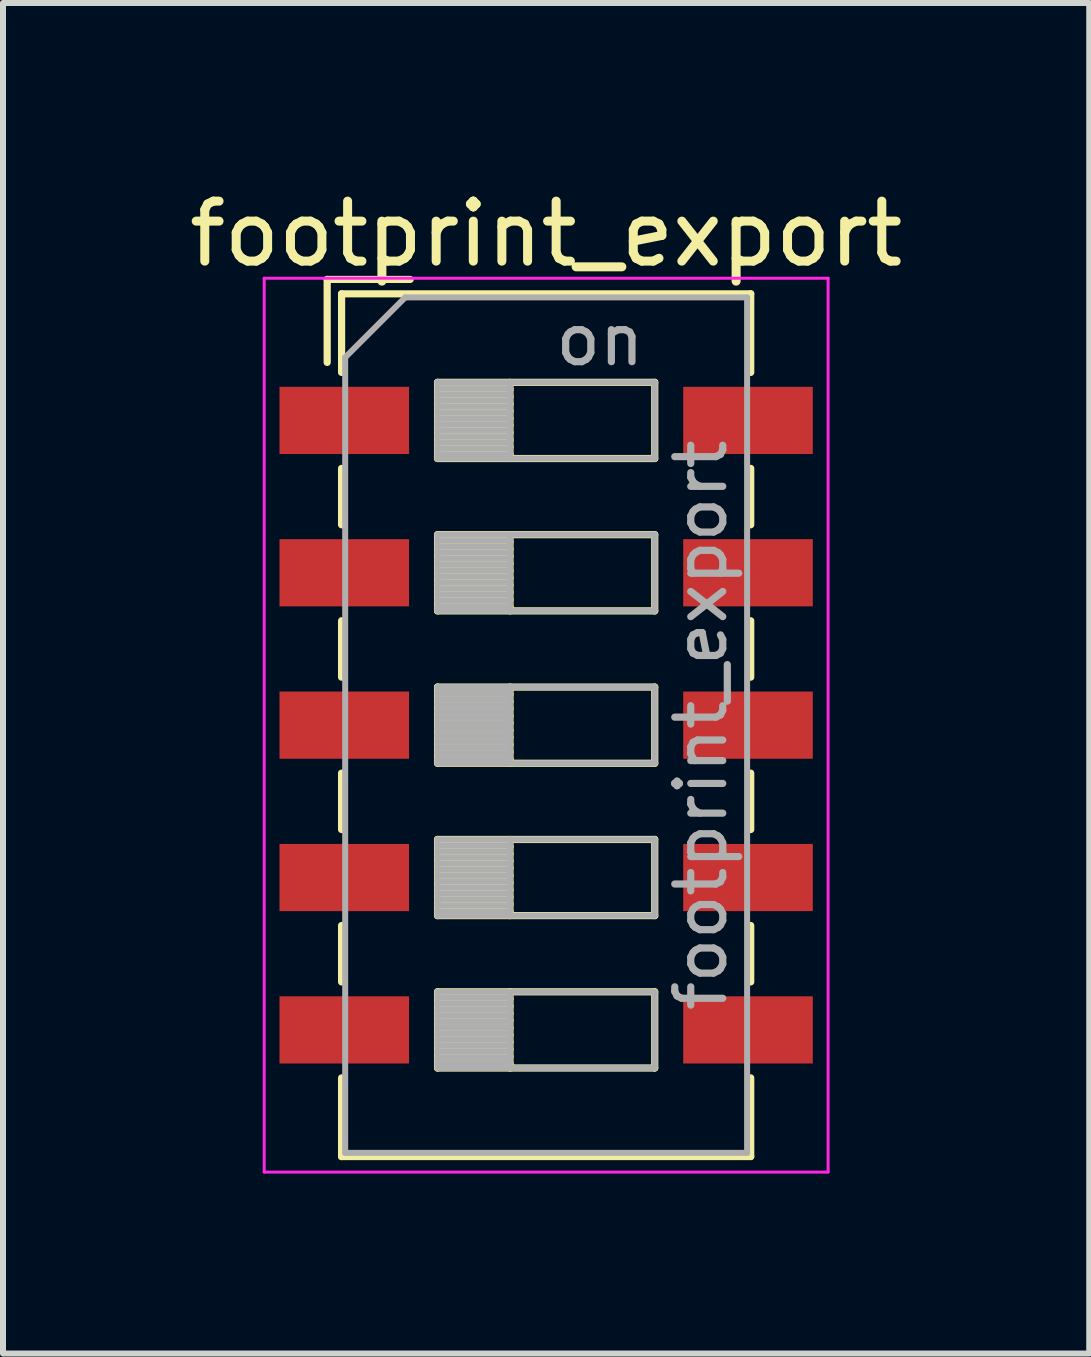
<source format=kicad_pcb>
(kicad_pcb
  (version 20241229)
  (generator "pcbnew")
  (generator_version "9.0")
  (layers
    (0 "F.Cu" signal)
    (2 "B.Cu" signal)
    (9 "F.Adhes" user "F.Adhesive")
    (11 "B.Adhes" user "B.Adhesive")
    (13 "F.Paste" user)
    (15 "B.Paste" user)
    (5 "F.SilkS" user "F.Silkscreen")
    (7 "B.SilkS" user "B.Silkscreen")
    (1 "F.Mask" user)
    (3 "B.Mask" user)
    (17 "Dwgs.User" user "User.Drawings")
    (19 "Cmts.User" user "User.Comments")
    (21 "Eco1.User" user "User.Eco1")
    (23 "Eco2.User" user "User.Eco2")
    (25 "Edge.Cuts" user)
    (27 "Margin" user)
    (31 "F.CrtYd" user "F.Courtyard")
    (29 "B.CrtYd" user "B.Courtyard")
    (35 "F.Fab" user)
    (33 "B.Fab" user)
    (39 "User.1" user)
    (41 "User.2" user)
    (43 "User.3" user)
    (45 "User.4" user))
  (footprint "footprint_export"
    (layer "F.Cu")
    (at 6.054 9.038)
    (property "Reference" "footprint_export" (at 0 -8.19 0) (layer "F.SilkS") (effects (font (size 1 1) (thickness 0.15))))
    (attr smd)
    (fp_line (start -3.65 -7.43) (end -3.65 -6.047) (stroke (width 0.12) (type solid)) (layer "F.SilkS"))
    (fp_line (start -3.65 -7.43) (end -2.267 -7.43) (stroke (width 0.12) (type solid)) (layer "F.SilkS"))
    (fp_line (start -3.41 -7.19) (end -3.41 -5.88) (stroke (width 0.12) (type solid)) (layer "F.SilkS"))
    (fp_line (start -3.41 -7.19) (end 3.41 -7.19) (stroke (width 0.12) (type solid)) (layer "F.SilkS"))
    (fp_line (start -3.41 -4.28) (end -3.41 -3.34) (stroke (width 0.12) (type solid)) (layer "F.SilkS"))
    (fp_line (start -3.41 -1.74) (end -3.41 -0.8) (stroke (width 0.12) (type solid)) (layer "F.SilkS"))
    (fp_line (start -3.41 0.8) (end -3.41 1.74) (stroke (width 0.12) (type solid)) (layer "F.SilkS"))
    (fp_line (start -3.41 3.34) (end -3.41 4.28) (stroke (width 0.12) (type solid)) (layer "F.SilkS"))
    (fp_line (start -3.41 5.88) (end -3.41 7.191) (stroke (width 0.12) (type solid)) (layer "F.SilkS"))
    (fp_line (start -3.41 7.191) (end 3.41 7.191) (stroke (width 0.12) (type solid)) (layer "F.SilkS"))
    (fp_line (start -1.81 -5.715) (end -1.81 -4.445) (stroke (width 0.12) (type solid)) (layer "F.SilkS"))
    (fp_line (start -1.81 -5.595) (end -0.603 -5.595) (stroke (width 0.12) (type solid)) (layer "F.SilkS"))
    (fp_line (start -1.81 -5.475) (end -0.603 -5.475) (stroke (width 0.12) (type solid)) (layer "F.SilkS"))
    (fp_line (start -1.81 -5.355) (end -0.603 -5.355) (stroke (width 0.12) (type solid)) (layer "F.SilkS"))
    (fp_line (start -1.81 -5.235) (end -0.603 -5.235) (stroke (width 0.12) (type solid)) (layer "F.SilkS"))
    (fp_line (start -1.81 -5.115) (end -0.603 -5.115) (stroke (width 0.12) (type solid)) (layer "F.SilkS"))
    (fp_line (start -1.81 -4.995) (end -0.603 -4.995) (stroke (width 0.12) (type solid)) (layer "F.SilkS"))
    (fp_line (start -1.81 -4.875) (end -0.603 -4.875) (stroke (width 0.12) (type solid)) (layer "F.SilkS"))
    (fp_line (start -1.81 -4.755) (end -0.603 -4.755) (stroke (width 0.12) (type solid)) (layer "F.SilkS"))
    (fp_line (start -1.81 -4.635) (end -0.603 -4.635) (stroke (width 0.12) (type solid)) (layer "F.SilkS"))
    (fp_line (start -1.81 -4.515) (end -0.603 -4.515) (stroke (width 0.12) (type solid)) (layer "F.SilkS"))
    (fp_line (start -1.81 -4.445) (end 1.81 -4.445) (stroke (width 0.12) (type solid)) (layer "F.SilkS"))
    (fp_line (start -1.81 -3.175) (end -1.81 -1.905) (stroke (width 0.12) (type solid)) (layer "F.SilkS"))
    (fp_line (start -1.81 -3.055) (end -0.603 -3.055) (stroke (width 0.12) (type solid)) (layer "F.SilkS"))
    (fp_line (start -1.81 -2.935) (end -0.603 -2.935) (stroke (width 0.12) (type solid)) (layer "F.SilkS"))
    (fp_line (start -1.81 -2.815) (end -0.603 -2.815) (stroke (width 0.12) (type solid)) (layer "F.SilkS"))
    (fp_line (start -1.81 -2.695) (end -0.603 -2.695) (stroke (width 0.12) (type solid)) (layer "F.SilkS"))
    (fp_line (start -1.81 -2.575) (end -0.603 -2.575) (stroke (width 0.12) (type solid)) (layer "F.SilkS"))
    (fp_line (start -1.81 -2.455) (end -0.603 -2.455) (stroke (width 0.12) (type solid)) (layer "F.SilkS"))
    (fp_line (start -1.81 -2.335) (end -0.603 -2.335) (stroke (width 0.12) (type solid)) (layer "F.SilkS"))
    (fp_line (start -1.81 -2.215) (end -0.603 -2.215) (stroke (width 0.12) (type solid)) (layer "F.SilkS"))
    (fp_line (start -1.81 -2.095) (end -0.603 -2.095) (stroke (width 0.12) (type solid)) (layer "F.SilkS"))
    (fp_line (start -1.81 -1.975) (end -0.603 -1.975) (stroke (width 0.12) (type solid)) (layer "F.SilkS"))
    (fp_line (start -1.81 -1.905) (end 1.81 -1.905) (stroke (width 0.12) (type solid)) (layer "F.SilkS"))
    (fp_line (start -1.81 -0.635) (end -1.81 0.635) (stroke (width 0.12) (type solid)) (layer "F.SilkS"))
    (fp_line (start -1.81 -0.515) (end -0.603 -0.515) (stroke (width 0.12) (type solid)) (layer "F.SilkS"))
    (fp_line (start -1.81 -0.395) (end -0.603 -0.395) (stroke (width 0.12) (type solid)) (layer "F.SilkS"))
    (fp_line (start -1.81 -0.275) (end -0.603 -0.275) (stroke (width 0.12) (type solid)) (layer "F.SilkS"))
    (fp_line (start -1.81 -0.155) (end -0.603 -0.155) (stroke (width 0.12) (type solid)) (layer "F.SilkS"))
    (fp_line (start -1.81 -0.035) (end -0.603 -0.035) (stroke (width 0.12) (type solid)) (layer "F.SilkS"))
    (fp_line (start -1.81 0.085) (end -0.603 0.085) (stroke (width 0.12) (type solid)) (layer "F.SilkS"))
    (fp_line (start -1.81 0.205) (end -0.603 0.205) (stroke (width 0.12) (type solid)) (layer "F.SilkS"))
    (fp_line (start -1.81 0.325) (end -0.603 0.325) (stroke (width 0.12) (type solid)) (layer "F.SilkS"))
    (fp_line (start -1.81 0.445) (end -0.603 0.445) (stroke (width 0.12) (type solid)) (layer "F.SilkS"))
    (fp_line (start -1.81 0.565) (end -0.603 0.565) (stroke (width 0.12) (type solid)) (layer "F.SilkS"))
    (fp_line (start -1.81 0.635) (end 1.81 0.635) (stroke (width 0.12) (type solid)) (layer "F.SilkS"))
    (fp_line (start -1.81 1.905) (end -1.81 3.175) (stroke (width 0.12) (type solid)) (layer "F.SilkS"))
    (fp_line (start -1.81 2.025) (end -0.603 2.025) (stroke (width 0.12) (type solid)) (layer "F.SilkS"))
    (fp_line (start -1.81 2.145) (end -0.603 2.145) (stroke (width 0.12) (type solid)) (layer "F.SilkS"))
    (fp_line (start -1.81 2.265) (end -0.603 2.265) (stroke (width 0.12) (type solid)) (layer "F.SilkS"))
    (fp_line (start -1.81 2.385) (end -0.603 2.385) (stroke (width 0.12) (type solid)) (layer "F.SilkS"))
    (fp_line (start -1.81 2.505) (end -0.603 2.505) (stroke (width 0.12) (type solid)) (layer "F.SilkS"))
    (fp_line (start -1.81 2.625) (end -0.603 2.625) (stroke (width 0.12) (type solid)) (layer "F.SilkS"))
    (fp_line (start -1.81 2.745) (end -0.603 2.745) (stroke (width 0.12) (type solid)) (layer "F.SilkS"))
    (fp_line (start -1.81 2.865) (end -0.603 2.865) (stroke (width 0.12) (type solid)) (layer "F.SilkS"))
    (fp_line (start -1.81 2.985) (end -0.603 2.985) (stroke (width 0.12) (type solid)) (layer "F.SilkS"))
    (fp_line (start -1.81 3.105) (end -0.603 3.105) (stroke (width 0.12) (type solid)) (layer "F.SilkS"))
    (fp_line (start -1.81 3.175) (end 1.81 3.175) (stroke (width 0.12) (type solid)) (layer "F.SilkS"))
    (fp_line (start -1.81 4.445) (end -1.81 5.715) (stroke (width 0.12) (type solid)) (layer "F.SilkS"))
    (fp_line (start -1.81 4.565) (end -0.603 4.565) (stroke (width 0.12) (type solid)) (layer "F.SilkS"))
    (fp_line (start -1.81 4.685) (end -0.603 4.685) (stroke (width 0.12) (type solid)) (layer "F.SilkS"))
    (fp_line (start -1.81 4.805) (end -0.603 4.805) (stroke (width 0.12) (type solid)) (layer "F.SilkS"))
    (fp_line (start -1.81 4.925) (end -0.603 4.925) (stroke (width 0.12) (type solid)) (layer "F.SilkS"))
    (fp_line (start -1.81 5.045) (end -0.603 5.045) (stroke (width 0.12) (type solid)) (layer "F.SilkS"))
    (fp_line (start -1.81 5.165) (end -0.603 5.165) (stroke (width 0.12) (type solid)) (layer "F.SilkS"))
    (fp_line (start -1.81 5.285) (end -0.603 5.285) (stroke (width 0.12) (type solid)) (layer "F.SilkS"))
    (fp_line (start -1.81 5.405) (end -0.603 5.405) (stroke (width 0.12) (type solid)) (layer "F.SilkS"))
    (fp_line (start -1.81 5.525) (end -0.603 5.525) (stroke (width 0.12) (type solid)) (layer "F.SilkS"))
    (fp_line (start -1.81 5.645) (end -0.603 5.645) (stroke (width 0.12) (type solid)) (layer "F.SilkS"))
    (fp_line (start -1.81 5.715) (end 1.81 5.715) (stroke (width 0.12) (type solid)) (layer "F.SilkS"))
    (fp_line (start -0.603 -5.715) (end -0.603 -4.445) (stroke (width 0.12) (type solid)) (layer "F.SilkS"))
    (fp_line (start -0.603 -3.175) (end -0.603 -1.905) (stroke (width 0.12) (type solid)) (layer "F.SilkS"))
    (fp_line (start -0.603 -0.635) (end -0.603 0.635) (stroke (width 0.12) (type solid)) (layer "F.SilkS"))
    (fp_line (start -0.603 1.905) (end -0.603 3.175) (stroke (width 0.12) (type solid)) (layer "F.SilkS"))
    (fp_line (start -0.603 4.445) (end -0.603 5.715) (stroke (width 0.12) (type solid)) (layer "F.SilkS"))
    (fp_line (start 1.81 -5.715) (end -1.81 -5.715) (stroke (width 0.12) (type solid)) (layer "F.SilkS"))
    (fp_line (start 1.81 -4.445) (end 1.81 -5.715) (stroke (width 0.12) (type solid)) (layer "F.SilkS"))
    (fp_line (start 1.81 -3.175) (end -1.81 -3.175) (stroke (width 0.12) (type solid)) (layer "F.SilkS"))
    (fp_line (start 1.81 -1.905) (end 1.81 -3.175) (stroke (width 0.12) (type solid)) (layer "F.SilkS"))
    (fp_line (start 1.81 -0.635) (end -1.81 -0.635) (stroke (width 0.12) (type solid)) (layer "F.SilkS"))
    (fp_line (start 1.81 0.635) (end 1.81 -0.635) (stroke (width 0.12) (type solid)) (layer "F.SilkS"))
    (fp_line (start 1.81 1.905) (end -1.81 1.905) (stroke (width 0.12) (type solid)) (layer "F.SilkS"))
    (fp_line (start 1.81 3.175) (end 1.81 1.905) (stroke (width 0.12) (type solid)) (layer "F.SilkS"))
    (fp_line (start 1.81 4.445) (end -1.81 4.445) (stroke (width 0.12) (type solid)) (layer "F.SilkS"))
    (fp_line (start 1.81 5.715) (end 1.81 4.445) (stroke (width 0.12) (type solid)) (layer "F.SilkS"))
    (fp_line (start 3.41 -7.19) (end 3.41 -5.88) (stroke (width 0.12) (type solid)) (layer "F.SilkS"))
    (fp_line (start 3.41 -4.28) (end 3.41 -3.34) (stroke (width 0.12) (type solid)) (layer "F.SilkS"))
    (fp_line (start 3.41 -1.74) (end 3.41 -0.8) (stroke (width 0.12) (type solid)) (layer "F.SilkS"))
    (fp_line (start 3.41 0.8) (end 3.41 1.74) (stroke (width 0.12) (type solid)) (layer "F.SilkS"))
    (fp_line (start 3.41 3.34) (end 3.41 4.28) (stroke (width 0.12) (type solid)) (layer "F.SilkS"))
    (fp_line (start 3.41 5.88) (end 3.41 7.191) (stroke (width 0.12) (type solid)) (layer "F.SilkS"))
    (fp_line (start -4.7 -7.45) (end -4.7 7.45) (stroke (width 0.05) (type solid)) (layer "F.CrtYd"))
    (fp_line (start -4.7 7.45) (end 4.7 7.45) (stroke (width 0.05) (type solid)) (layer "F.CrtYd"))
    (fp_line (start 4.7 -7.45) (end -4.7 -7.45) (stroke (width 0.05) (type solid)) (layer "F.CrtYd"))
    (fp_line (start 4.7 7.45) (end 4.7 -7.45) (stroke (width 0.05) (type solid)) (layer "F.CrtYd"))
    (fp_line (start -3.35 -6.13) (end -2.35 -7.13) (stroke (width 0.1) (type solid)) (layer "F.Fab"))
    (fp_line (start -3.35 7.13) (end -3.35 -6.13) (stroke (width 0.1) (type solid)) (layer "F.Fab"))
    (fp_line (start -2.35 -7.13) (end 3.35 -7.13) (stroke (width 0.1) (type solid)) (layer "F.Fab"))
    (fp_line (start -1.81 -5.715) (end -1.81 -4.445) (stroke (width 0.1) (type solid)) (layer "F.Fab"))
    (fp_line (start -1.81 -5.615) (end -0.603 -5.615) (stroke (width 0.1) (type solid)) (layer "F.Fab"))
    (fp_line (start -1.81 -5.515) (end -0.603 -5.515) (stroke (width 0.1) (type solid)) (layer "F.Fab"))
    (fp_line (start -1.81 -5.415) (end -0.603 -5.415) (stroke (width 0.1) (type solid)) (layer "F.Fab"))
    (fp_line (start -1.81 -5.315) (end -0.603 -5.315) (stroke (width 0.1) (type solid)) (layer "F.Fab"))
    (fp_line (start -1.81 -5.215) (end -0.603 -5.215) (stroke (width 0.1) (type solid)) (layer "F.Fab"))
    (fp_line (start -1.81 -5.115) (end -0.603 -5.115) (stroke (width 0.1) (type solid)) (layer "F.Fab"))
    (fp_line (start -1.81 -5.015) (end -0.603 -5.015) (stroke (width 0.1) (type solid)) (layer "F.Fab"))
    (fp_line (start -1.81 -4.915) (end -0.603 -4.915) (stroke (width 0.1) (type solid)) (layer "F.Fab"))
    (fp_line (start -1.81 -4.815) (end -0.603 -4.815) (stroke (width 0.1) (type solid)) (layer "F.Fab"))
    (fp_line (start -1.81 -4.715) (end -0.603 -4.715) (stroke (width 0.1) (type solid)) (layer "F.Fab"))
    (fp_line (start -1.81 -4.615) (end -0.603 -4.615) (stroke (width 0.1) (type solid)) (layer "F.Fab"))
    (fp_line (start -1.81 -4.515) (end -0.603 -4.515) (stroke (width 0.1) (type solid)) (layer "F.Fab"))
    (fp_line (start -1.81 -4.445) (end 1.81 -4.445) (stroke (width 0.1) (type solid)) (layer "F.Fab"))
    (fp_line (start -1.81 -3.175) (end -1.81 -1.905) (stroke (width 0.1) (type solid)) (layer "F.Fab"))
    (fp_line (start -1.81 -3.075) (end -0.603 -3.075) (stroke (width 0.1) (type solid)) (layer "F.Fab"))
    (fp_line (start -1.81 -2.975) (end -0.603 -2.975) (stroke (width 0.1) (type solid)) (layer "F.Fab"))
    (fp_line (start -1.81 -2.875) (end -0.603 -2.875) (stroke (width 0.1) (type solid)) (layer "F.Fab"))
    (fp_line (start -1.81 -2.775) (end -0.603 -2.775) (stroke (width 0.1) (type solid)) (layer "F.Fab"))
    (fp_line (start -1.81 -2.675) (end -0.603 -2.675) (stroke (width 0.1) (type solid)) (layer "F.Fab"))
    (fp_line (start -1.81 -2.575) (end -0.603 -2.575) (stroke (width 0.1) (type solid)) (layer "F.Fab"))
    (fp_line (start -1.81 -2.475) (end -0.603 -2.475) (stroke (width 0.1) (type solid)) (layer "F.Fab"))
    (fp_line (start -1.81 -2.375) (end -0.603 -2.375) (stroke (width 0.1) (type solid)) (layer "F.Fab"))
    (fp_line (start -1.81 -2.275) (end -0.603 -2.275) (stroke (width 0.1) (type solid)) (layer "F.Fab"))
    (fp_line (start -1.81 -2.175) (end -0.603 -2.175) (stroke (width 0.1) (type solid)) (layer "F.Fab"))
    (fp_line (start -1.81 -2.075) (end -0.603 -2.075) (stroke (width 0.1) (type solid)) (layer "F.Fab"))
    (fp_line (start -1.81 -1.975) (end -0.603 -1.975) (stroke (width 0.1) (type solid)) (layer "F.Fab"))
    (fp_line (start -1.81 -1.905) (end 1.81 -1.905) (stroke (width 0.1) (type solid)) (layer "F.Fab"))
    (fp_line (start -1.81 -0.635) (end -1.81 0.635) (stroke (width 0.1) (type solid)) (layer "F.Fab"))
    (fp_line (start -1.81 -0.535) (end -0.603 -0.535) (stroke (width 0.1) (type solid)) (layer "F.Fab"))
    (fp_line (start -1.81 -0.435) (end -0.603 -0.435) (stroke (width 0.1) (type solid)) (layer "F.Fab"))
    (fp_line (start -1.81 -0.335) (end -0.603 -0.335) (stroke (width 0.1) (type solid)) (layer "F.Fab"))
    (fp_line (start -1.81 -0.235) (end -0.603 -0.235) (stroke (width 0.1) (type solid)) (layer "F.Fab"))
    (fp_line (start -1.81 -0.135) (end -0.603 -0.135) (stroke (width 0.1) (type solid)) (layer "F.Fab"))
    (fp_line (start -1.81 -0.035) (end -0.603 -0.035) (stroke (width 0.1) (type solid)) (layer "F.Fab"))
    (fp_line (start -1.81 0.065) (end -0.603 0.065) (stroke (width 0.1) (type solid)) (layer "F.Fab"))
    (fp_line (start -1.81 0.165) (end -0.603 0.165) (stroke (width 0.1) (type solid)) (layer "F.Fab"))
    (fp_line (start -1.81 0.265) (end -0.603 0.265) (stroke (width 0.1) (type solid)) (layer "F.Fab"))
    (fp_line (start -1.81 0.365) (end -0.603 0.365) (stroke (width 0.1) (type solid)) (layer "F.Fab"))
    (fp_line (start -1.81 0.465) (end -0.603 0.465) (stroke (width 0.1) (type solid)) (layer "F.Fab"))
    (fp_line (start -1.81 0.565) (end -0.603 0.565) (stroke (width 0.1) (type solid)) (layer "F.Fab"))
    (fp_line (start -1.81 0.635) (end 1.81 0.635) (stroke (width 0.1) (type solid)) (layer "F.Fab"))
    (fp_line (start -1.81 1.905) (end -1.81 3.175) (stroke (width 0.1) (type solid)) (layer "F.Fab"))
    (fp_line (start -1.81 2.005) (end -0.603 2.005) (stroke (width 0.1) (type solid)) (layer "F.Fab"))
    (fp_line (start -1.81 2.105) (end -0.603 2.105) (stroke (width 0.1) (type solid)) (layer "F.Fab"))
    (fp_line (start -1.81 2.205) (end -0.603 2.205) (stroke (width 0.1) (type solid)) (layer "F.Fab"))
    (fp_line (start -1.81 2.305) (end -0.603 2.305) (stroke (width 0.1) (type solid)) (layer "F.Fab"))
    (fp_line (start -1.81 2.405) (end -0.603 2.405) (stroke (width 0.1) (type solid)) (layer "F.Fab"))
    (fp_line (start -1.81 2.505) (end -0.603 2.505) (stroke (width 0.1) (type solid)) (layer "F.Fab"))
    (fp_line (start -1.81 2.605) (end -0.603 2.605) (stroke (width 0.1) (type solid)) (layer "F.Fab"))
    (fp_line (start -1.81 2.705) (end -0.603 2.705) (stroke (width 0.1) (type solid)) (layer "F.Fab"))
    (fp_line (start -1.81 2.805) (end -0.603 2.805) (stroke (width 0.1) (type solid)) (layer "F.Fab"))
    (fp_line (start -1.81 2.905) (end -0.603 2.905) (stroke (width 0.1) (type solid)) (layer "F.Fab"))
    (fp_line (start -1.81 3.005) (end -0.603 3.005) (stroke (width 0.1) (type solid)) (layer "F.Fab"))
    (fp_line (start -1.81 3.105) (end -0.603 3.105) (stroke (width 0.1) (type solid)) (layer "F.Fab"))
    (fp_line (start -1.81 3.175) (end 1.81 3.175) (stroke (width 0.1) (type solid)) (layer "F.Fab"))
    (fp_line (start -1.81 4.445) (end -1.81 5.715) (stroke (width 0.1) (type solid)) (layer "F.Fab"))
    (fp_line (start -1.81 4.545) (end -0.603 4.545) (stroke (width 0.1) (type solid)) (layer "F.Fab"))
    (fp_line (start -1.81 4.645) (end -0.603 4.645) (stroke (width 0.1) (type solid)) (layer "F.Fab"))
    (fp_line (start -1.81 4.745) (end -0.603 4.745) (stroke (width 0.1) (type solid)) (layer "F.Fab"))
    (fp_line (start -1.81 4.845) (end -0.603 4.845) (stroke (width 0.1) (type solid)) (layer "F.Fab"))
    (fp_line (start -1.81 4.945) (end -0.603 4.945) (stroke (width 0.1) (type solid)) (layer "F.Fab"))
    (fp_line (start -1.81 5.045) (end -0.603 5.045) (stroke (width 0.1) (type solid)) (layer "F.Fab"))
    (fp_line (start -1.81 5.145) (end -0.603 5.145) (stroke (width 0.1) (type solid)) (layer "F.Fab"))
    (fp_line (start -1.81 5.245) (end -0.603 5.245) (stroke (width 0.1) (type solid)) (layer "F.Fab"))
    (fp_line (start -1.81 5.345) (end -0.603 5.345) (stroke (width 0.1) (type solid)) (layer "F.Fab"))
    (fp_line (start -1.81 5.445) (end -0.603 5.445) (stroke (width 0.1) (type solid)) (layer "F.Fab"))
    (fp_line (start -1.81 5.545) (end -0.603 5.545) (stroke (width 0.1) (type solid)) (layer "F.Fab"))
    (fp_line (start -1.81 5.645) (end -0.603 5.645) (stroke (width 0.1) (type solid)) (layer "F.Fab"))
    (fp_line (start -1.81 5.715) (end 1.81 5.715) (stroke (width 0.1) (type solid)) (layer "F.Fab"))
    (fp_line (start -0.603 -5.715) (end -0.603 -4.445) (stroke (width 0.1) (type solid)) (layer "F.Fab"))
    (fp_line (start -0.603 -3.175) (end -0.603 -1.905) (stroke (width 0.1) (type solid)) (layer "F.Fab"))
    (fp_line (start -0.603 -0.635) (end -0.603 0.635) (stroke (width 0.1) (type solid)) (layer "F.Fab"))
    (fp_line (start -0.603 1.905) (end -0.603 3.175) (stroke (width 0.1) (type solid)) (layer "F.Fab"))
    (fp_line (start -0.603 4.445) (end -0.603 5.715) (stroke (width 0.1) (type solid)) (layer "F.Fab"))
    (fp_line (start 1.81 -5.715) (end -1.81 -5.715) (stroke (width 0.1) (type solid)) (layer "F.Fab"))
    (fp_line (start 1.81 -4.445) (end 1.81 -5.715) (stroke (width 0.1) (type solid)) (layer "F.Fab"))
    (fp_line (start 1.81 -3.175) (end -1.81 -3.175) (stroke (width 0.1) (type solid)) (layer "F.Fab"))
    (fp_line (start 1.81 -1.905) (end 1.81 -3.175) (stroke (width 0.1) (type solid)) (layer "F.Fab"))
    (fp_line (start 1.81 -0.635) (end -1.81 -0.635) (stroke (width 0.1) (type solid)) (layer "F.Fab"))
    (fp_line (start 1.81 0.635) (end 1.81 -0.635) (stroke (width 0.1) (type solid)) (layer "F.Fab"))
    (fp_line (start 1.81 1.905) (end -1.81 1.905) (stroke (width 0.1) (type solid)) (layer "F.Fab"))
    (fp_line (start 1.81 3.175) (end 1.81 1.905) (stroke (width 0.1) (type solid)) (layer "F.Fab"))
    (fp_line (start 1.81 4.445) (end -1.81 4.445) (stroke (width 0.1) (type solid)) (layer "F.Fab"))
    (fp_line (start 1.81 5.715) (end 1.81 4.445) (stroke (width 0.1) (type solid)) (layer "F.Fab"))
    (fp_line (start 3.35 -7.13) (end 3.35 7.13) (stroke (width 0.1) (type solid)) (layer "F.Fab"))
    (fp_line (start 3.35 7.13) (end -3.35 7.13) (stroke (width 0.1) (type solid)) (layer "F.Fab"))
    (fp_text user "on" (at 0.897 -6.423 0) (layer "F.Fab") (effects (font (size 0.8 0.8) (thickness 0.12))))
    (fp_text user "${REFERENCE}" (at 2.58 0 90) (layer "F.Fab") (effects (font (size 0.8 0.8) (thickness 0.12))))
    (pad "1" smd rect (at -3.365 -5.08) (size 2.16 1.12) (layers "F.Cu" "F.Mask" "F.Paste"))
    (pad "2" smd rect (at -3.365 -2.54) (size 2.16 1.12) (layers "F.Cu" "F.Mask" "F.Paste"))
    (pad "3" smd rect (at -3.365 0) (size 2.16 1.12) (layers "F.Cu" "F.Mask" "F.Paste"))
    (pad "4" smd rect (at -3.365 2.54) (size 2.16 1.12) (layers "F.Cu" "F.Mask" "F.Paste"))
    (pad "5" smd rect (at -3.365 5.08) (size 2.16 1.12) (layers "F.Cu" "F.Mask" "F.Paste"))
    (pad "6" smd rect (at 3.365 5.08) (size 2.16 1.12) (layers "F.Cu" "F.Mask" "F.Paste"))
    (pad "7" smd rect (at 3.365 2.54) (size 2.16 1.12) (layers "F.Cu" "F.Mask" "F.Paste"))
    (pad "8" smd rect (at 3.365 0) (size 2.16 1.12) (layers "F.Cu" "F.Mask" "F.Paste"))
    (pad "9" smd rect (at 3.365 -2.54) (size 2.16 1.12) (layers "F.Cu" "F.Mask" "F.Paste"))
    (pad "10" smd rect (at 3.365 -5.08) (size 2.16 1.12) (layers "F.Cu" "F.Mask" "F.Paste")))
  (gr_rect
    (start -3 -3)
    (end 15.107 19.513)
    (stroke (width 0.1) (type default))
    (fill no)
    (layer "Edge.Cuts")))
</source>
